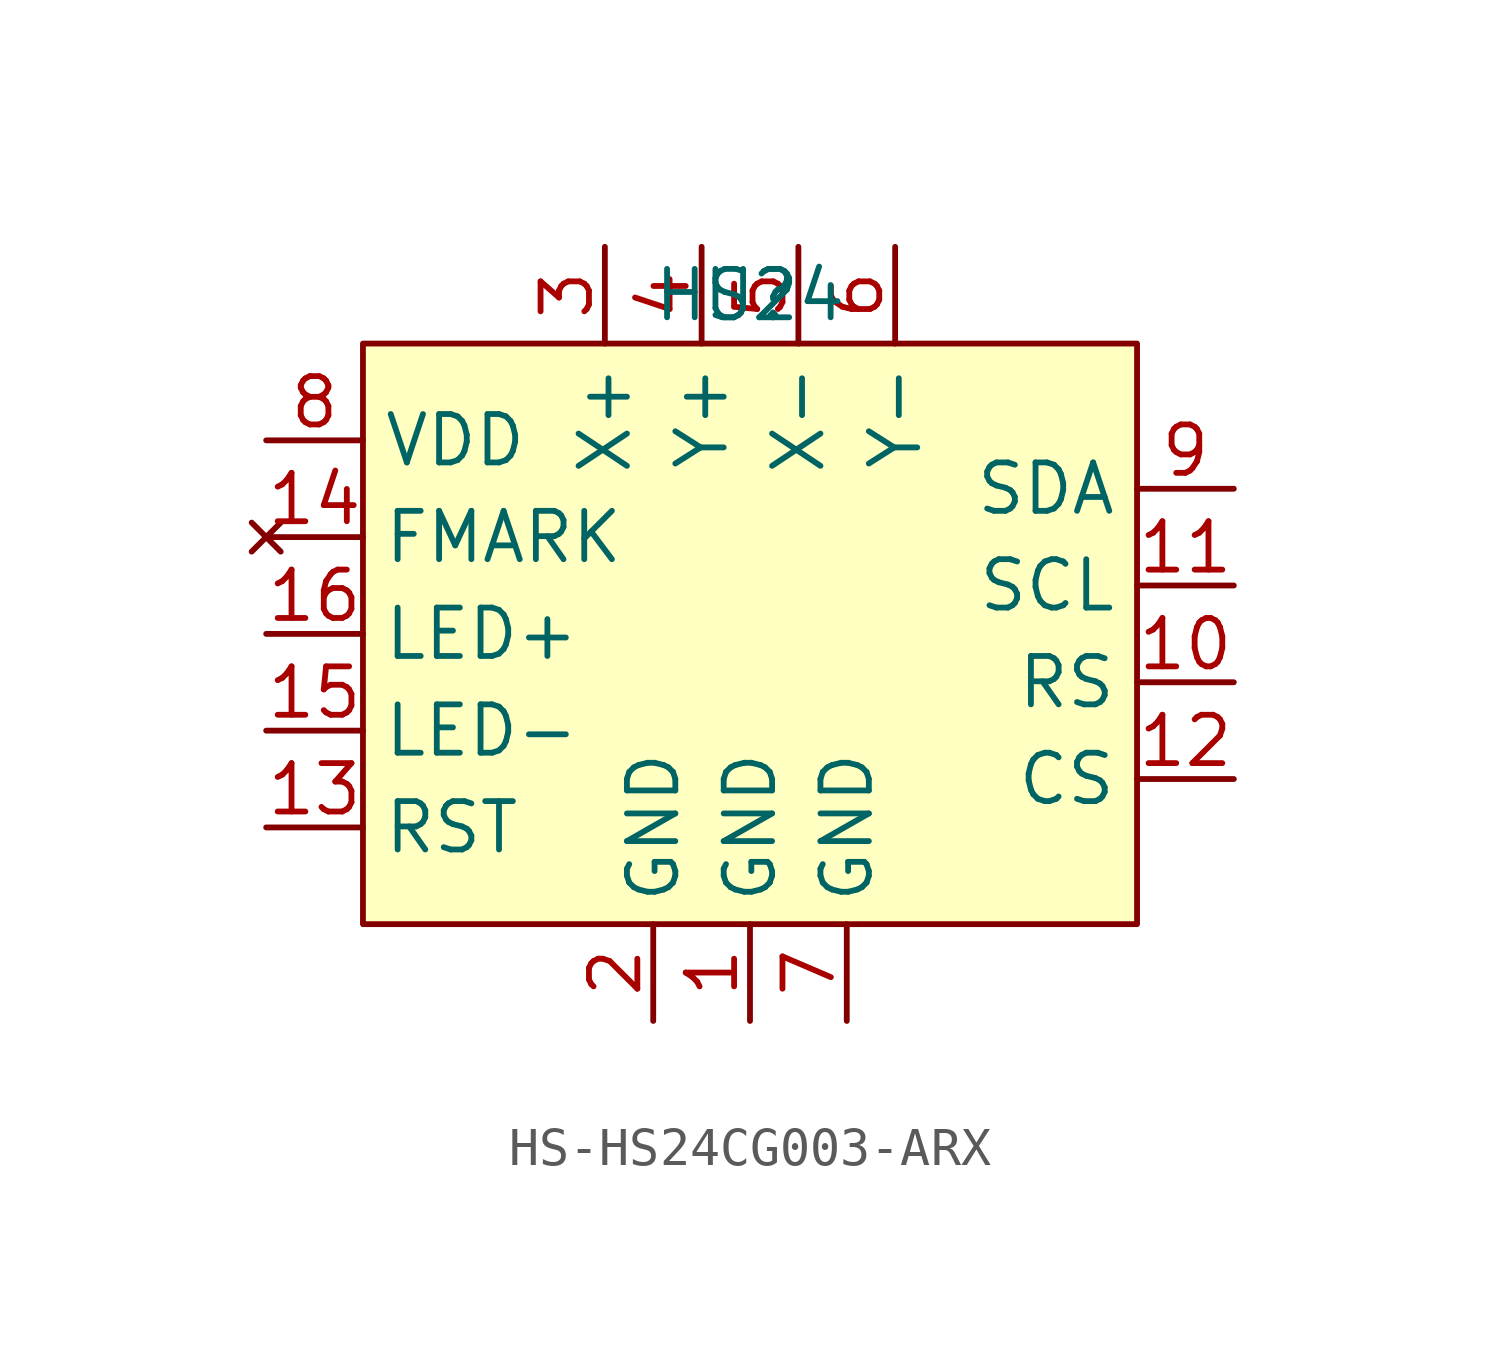
<source format=kicad_sym>
(kicad_symbol_lib
  (version 20220914)
  (generator kicad_symbol_editor)
  (symbol "HS-HS24CG003-ARX"
    (property "Reference" "U"
      (at 0 8.89 0)
      (effects (font (size 1.27 1.27))))
    (property "Value" "HS24"
      (at 0 8.89 0)
      (effects (font (size 1.27 1.27))))
    (symbol "HS-HS24CG003-ARX_1_1"
      (rectangle (start -10.16 7.62) (end 10.16 -7.62) (stroke (width 0) (type default)) (fill (type background)))
      (pin power_in line (at 0 -10.16 90) (length 2.54) (name "GND" (effects (font (size 1.27 1.27)))) (number "1" (effects (font (size 1.27 1.27)))))
      (pin input line (at 12.7 -1.27 180) (length 2.54) (name "RS" (effects (font (size 1.27 1.27)))) (number "10" (effects (font (size 1.27 1.27)))))
      (pin input line (at 12.7 1.27 180) (length 2.54) (name "SCL" (effects (font (size 1.27 1.27)))) (number "11" (effects (font (size 1.27 1.27)))))
      (pin input line (at 12.7 -3.81 180) (length 2.54) (name "CS" (effects (font (size 1.27 1.27)))) (number "12" (effects (font (size 1.27 1.27)))))
      (pin input line (at -12.7 -5.08 0) (length 2.54) (name "RST" (effects (font (size 1.27 1.27)))) (number "13" (effects (font (size 1.27 1.27)))))
      (pin no_connect line (at -12.7 2.54 0) (length 2.54) (name "FMARK" (effects (font (size 1.27 1.27)))) (number "14" (effects (font (size 1.27 1.27)))))
      (pin power_in line (at -12.7 -2.54 0) (length 2.54) (name "LED-" (effects (font (size 1.27 1.27)))) (number "15" (effects (font (size 1.27 1.27)))))
      (pin power_in line (at -12.7 0 0) (length 2.54) (name "LED+" (effects (font (size 1.27 1.27)))) (number "16" (effects (font (size 1.27 1.27)))))
      (pin power_in line (at -2.54 -10.16 90) (length 2.54) (name "GND" (effects (font (size 1.27 1.27)))) (number "2" (effects (font (size 1.27 1.27)))))
      (pin input line (at -3.81 10.16 270) (length 2.54) (name "X+" (effects (font (size 1.27 1.27)))) (number "3" (effects (font (size 1.27 1.27)))))
      (pin input line (at -1.27 10.16 270) (length 2.54) (name "Y+" (effects (font (size 1.27 1.27)))) (number "4" (effects (font (size 1.27 1.27)))))
      (pin input line (at 1.27 10.16 270) (length 2.54) (name "X-" (effects (font (size 1.27 1.27)))) (number "5" (effects (font (size 1.27 1.27)))))
      (pin input line (at 3.81 10.16 270) (length 2.54) (name "Y-" (effects (font (size 1.27 1.27)))) (number "6" (effects (font (size 1.27 1.27)))))
      (pin power_in line (at 2.54 -10.16 90) (length 2.54) (name "GND" (effects (font (size 1.27 1.27)))) (number "7" (effects (font (size 1.27 1.27)))))
      (pin power_in line (at -12.7 5.08 0) (length 2.54) (name "VDD" (effects (font (size 1.27 1.27)))) (number "8" (effects (font (size 1.27 1.27)))))
      (pin bidirectional line (at 12.7 3.81 180) (length 2.54) (name "SDA" (effects (font (size 1.27 1.27)))) (number "9" (effects (font (size 1.27 1.27))))))))
</source>
